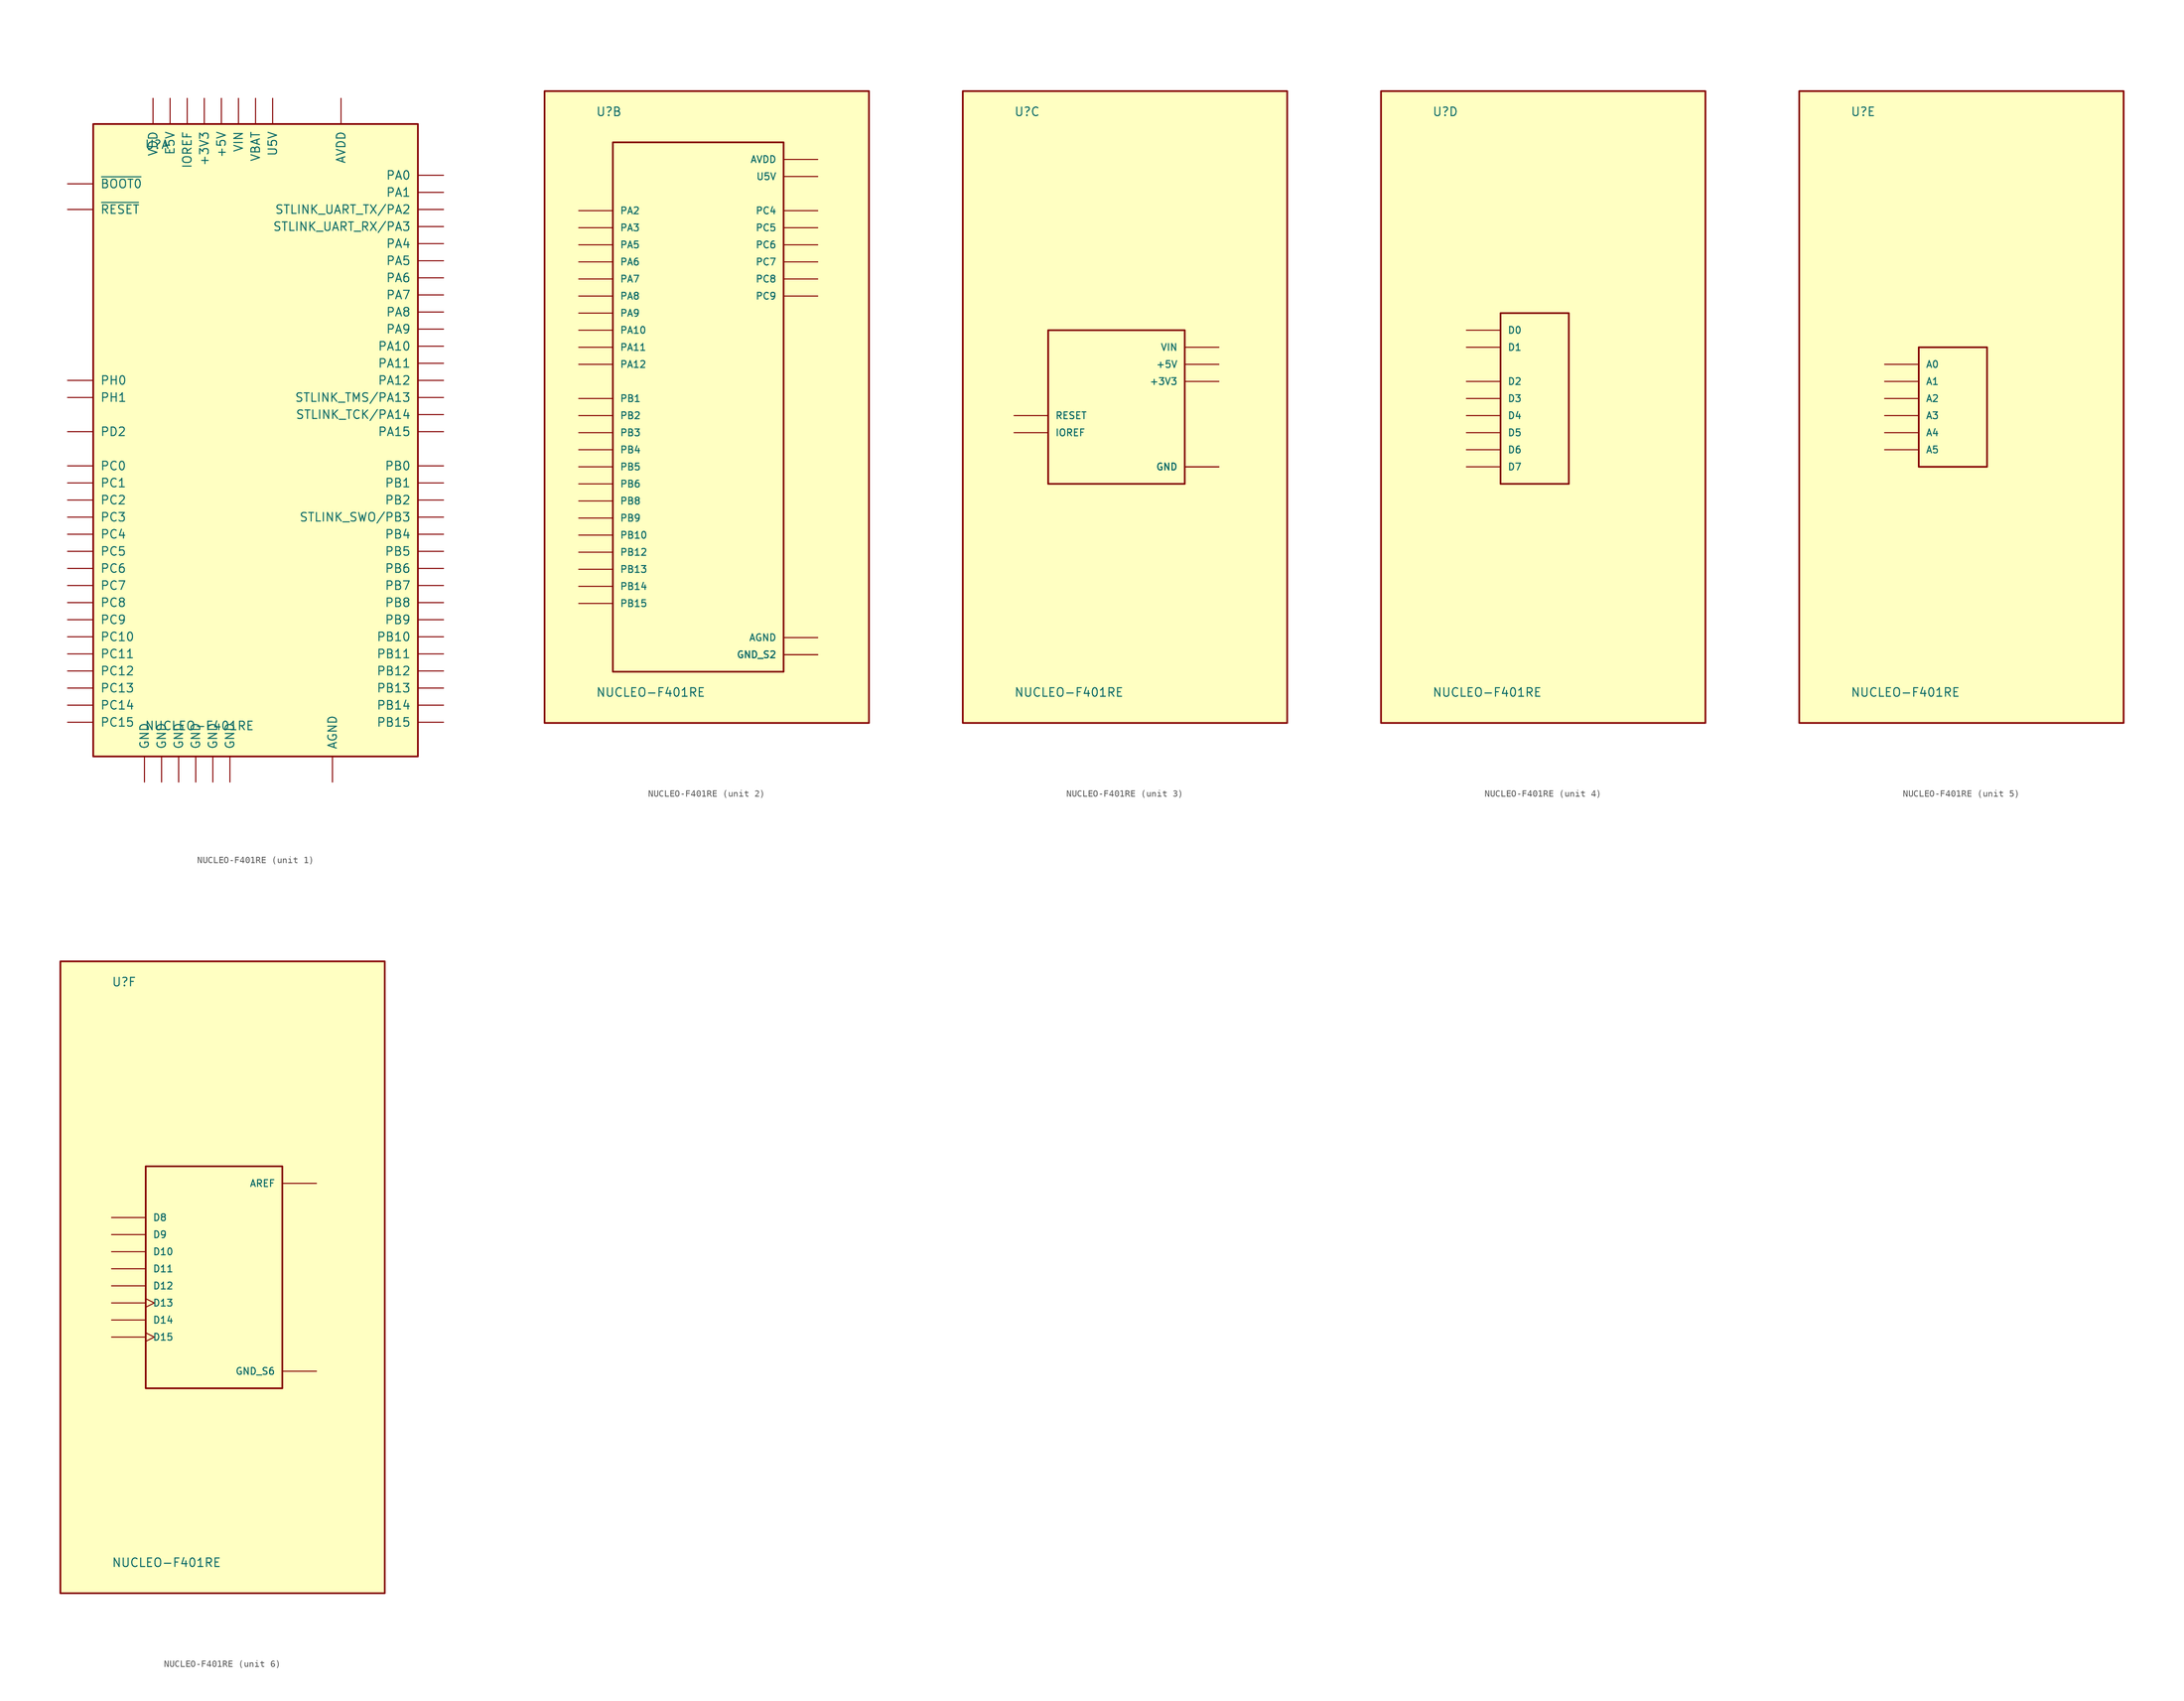
<source format=kicad_sym>
(kicad_symbol_lib
  (version 20211014)
  (generator kicad_symbol_editor)
  (symbol "NUCLEO-F401RE"
    (pin_numbers hide)
    (pin_names
      (offset 1.016))
    (property "Reference" "U"
      (at -15.24 41.91 0)
      (effects (font (size 1.27 1.27)) (justify left bottom)))
    (property "Value" "NUCLEO-F401RE"
      (at -15.24 -44.45 0)
      (effects (font (size 1.27 1.27)) (justify left bottom)))
    (property "ki_locked" ""
      (at 0 0 0)
      (effects (font (size 1.27 1.27))))
    (symbol "NUCLEO-F401RE_0_1"
      (rectangle (start -22.86 -48.26) (end 25.4 45.72) (stroke (width 0.254) (type default) (color 0 0 0 0)) (fill (type background))))
    (symbol "NUCLEO-F401RE_1_1"
      (pin bidirectional line (at -26.67 -30.48 0) (length 3.81) (name "PC10" (effects (font (size 1.27 1.27)))) (number "1" (effects (font (size 1.27 1.27)))))
      (pin no_connect line (at -26.67 17.78 0) (length 3.81) hide (name "NC" (effects (font (size 1.27 1.27)))) (number "10" (effects (font (size 1.27 1.27)))))
      (pin no_connect line (at -26.67 12.7 0) (length 3.81) hide (name "NC" (effects (font (size 1.27 1.27)))) (number "11" (effects (font (size 1.27 1.27)))))
      (pin power_in line (at -8.89 49.53 270) (length 3.81) (name "IOREF" (effects (font (size 1.27 1.27)))) (number "12" (effects (font (size 1.27 1.27)))))
      (pin bidirectional line (at 29.21 5.08 180) (length 3.81) (name "STLINK_TMS/PA13" (effects (font (size 1.27 1.27)))) (number "13" (effects (font (size 1.27 1.27)))))
      (pin input line (at -26.67 33.02 0) (length 3.81) (name "~{RESET}" (effects (font (size 1.27 1.27)))) (number "14" (effects (font (size 1.27 1.27)))))
      (pin bidirectional line (at 29.21 2.54 180) (length 3.81) (name "STLINK_TCK/PA14" (effects (font (size 1.27 1.27)))) (number "15" (effects (font (size 1.27 1.27)))))
      (pin power_in line (at -6.35 49.53 270) (length 3.81) (name "+3V3" (effects (font (size 1.27 1.27)))) (number "16" (effects (font (size 1.27 1.27)))))
      (pin bidirectional line (at 29.21 0 180) (length 3.81) (name "PA15" (effects (font (size 1.27 1.27)))) (number "17" (effects (font (size 1.27 1.27)))))
      (pin power_in line (at -3.81 49.53 270) (length 3.81) (name "+5V" (effects (font (size 1.27 1.27)))) (number "18" (effects (font (size 1.27 1.27)))))
      (pin power_in line (at -12.7 -52.07 90) (length 3.81) (name "GND" (effects (font (size 1.27 1.27)))) (number "19" (effects (font (size 1.27 1.27)))))
      (pin bidirectional line (at -26.67 -33.02 0) (length 3.81) (name "PC11" (effects (font (size 1.27 1.27)))) (number "2" (effects (font (size 1.27 1.27)))))
      (pin power_in line (at -10.16 -52.07 90) (length 3.81) (name "GND" (effects (font (size 1.27 1.27)))) (number "20" (effects (font (size 1.27 1.27)))))
      (pin bidirectional line (at 29.21 -22.86 180) (length 3.81) (name "PB7" (effects (font (size 1.27 1.27)))) (number "21" (effects (font (size 1.27 1.27)))))
      (pin power_in line (at -7.62 -52.07 90) (length 3.81) (name "GND" (effects (font (size 1.27 1.27)))) (number "22" (effects (font (size 1.27 1.27)))))
      (pin bidirectional line (at -26.67 -38.1 0) (length 3.81) (name "PC13" (effects (font (size 1.27 1.27)))) (number "23" (effects (font (size 1.27 1.27)))))
      (pin power_in line (at -1.27 49.53 270) (length 3.81) (name "VIN" (effects (font (size 1.27 1.27)))) (number "24" (effects (font (size 1.27 1.27)))))
      (pin bidirectional line (at -26.67 -40.64 0) (length 3.81) (name "PC14" (effects (font (size 1.27 1.27)))) (number "25" (effects (font (size 1.27 1.27)))))
      (pin no_connect line (at -26.67 20.32 0) (length 3.81) hide (name "NC" (effects (font (size 1.27 1.27)))) (number "26" (effects (font (size 1.27 1.27)))))
      (pin bidirectional line (at -26.67 -43.18 0) (length 3.81) (name "PC15" (effects (font (size 1.27 1.27)))) (number "27" (effects (font (size 1.27 1.27)))))
      (pin bidirectional line (at 29.21 38.1 180) (length 3.81) (name "PA0" (effects (font (size 1.27 1.27)))) (number "28" (effects (font (size 1.27 1.27)))))
      (pin bidirectional line (at -26.67 7.62 0) (length 3.81) (name "PH0" (effects (font (size 1.27 1.27)))) (number "29" (effects (font (size 1.27 1.27)))))
      (pin bidirectional line (at -26.67 -35.56 0) (length 3.81) (name "PC12" (effects (font (size 1.27 1.27)))) (number "3" (effects (font (size 1.27 1.27)))))
      (pin bidirectional line (at 29.21 35.56 180) (length 3.81) (name "PA1" (effects (font (size 1.27 1.27)))) (number "30" (effects (font (size 1.27 1.27)))))
      (pin bidirectional line (at -26.67 5.08 0) (length 3.81) (name "PH1" (effects (font (size 1.27 1.27)))) (number "31" (effects (font (size 1.27 1.27)))))
      (pin bidirectional line (at 29.21 27.94 180) (length 3.81) (name "PA4" (effects (font (size 1.27 1.27)))) (number "32" (effects (font (size 1.27 1.27)))))
      (pin power_in line (at 1.27 49.53 270) (length 3.81) (name "VBAT" (effects (font (size 1.27 1.27)))) (number "33" (effects (font (size 1.27 1.27)))))
      (pin bidirectional line (at 29.21 -5.08 180) (length 3.81) (name "PB0" (effects (font (size 1.27 1.27)))) (number "34" (effects (font (size 1.27 1.27)))))
      (pin bidirectional line (at -26.67 -10.16 0) (length 3.81) (name "PC2" (effects (font (size 1.27 1.27)))) (number "35" (effects (font (size 1.27 1.27)))))
      (pin bidirectional line (at -26.67 -7.62 0) (length 3.81) (name "PC1" (effects (font (size 1.27 1.27)))) (number "36" (effects (font (size 1.27 1.27)))))
      (pin bidirectional line (at -26.67 -12.7 0) (length 3.81) (name "PC3" (effects (font (size 1.27 1.27)))) (number "37" (effects (font (size 1.27 1.27)))))
      (pin bidirectional line (at -26.67 -5.08 0) (length 3.81) (name "PC0" (effects (font (size 1.27 1.27)))) (number "38" (effects (font (size 1.27 1.27)))))
      (pin bidirectional line (at -26.67 -27.94 0) (length 3.81) (name "PC9" (effects (font (size 1.27 1.27)))) (number "39" (effects (font (size 1.27 1.27)))))
      (pin bidirectional line (at -26.67 0 0) (length 3.81) (name "PD2" (effects (font (size 1.27 1.27)))) (number "4" (effects (font (size 1.27 1.27)))))
      (pin bidirectional line (at -26.67 -25.4 0) (length 3.81) (name "PC8" (effects (font (size 1.27 1.27)))) (number "40" (effects (font (size 1.27 1.27)))))
      (pin bidirectional line (at 29.21 -25.4 180) (length 3.81) (name "PB8" (effects (font (size 1.27 1.27)))) (number "41" (effects (font (size 1.27 1.27)))))
      (pin bidirectional line (at -26.67 -20.32 0) (length 3.81) (name "PC6" (effects (font (size 1.27 1.27)))) (number "42" (effects (font (size 1.27 1.27)))))
      (pin bidirectional line (at 29.21 -27.94 180) (length 3.81) (name "PB9" (effects (font (size 1.27 1.27)))) (number "43" (effects (font (size 1.27 1.27)))))
      (pin bidirectional line (at -26.67 -17.78 0) (length 3.81) (name "PC5" (effects (font (size 1.27 1.27)))) (number "44" (effects (font (size 1.27 1.27)))))
      (pin power_in line (at 13.97 49.53 270) (length 3.81) (name "AVDD" (effects (font (size 1.27 1.27)))) (number "45" (effects (font (size 1.27 1.27)))))
      (pin power_in line (at 3.81 49.53 270) (length 3.81) (name "U5V" (effects (font (size 1.27 1.27)))) (number "46" (effects (font (size 1.27 1.27)))))
      (pin power_in line (at -5.08 -52.07 90) (length 3.81) (name "GND" (effects (font (size 1.27 1.27)))) (number "47" (effects (font (size 1.27 1.27)))))
      (pin no_connect line (at -26.67 22.86 0) (length 3.81) hide (name "NC" (effects (font (size 1.27 1.27)))) (number "48" (effects (font (size 1.27 1.27)))))
      (pin bidirectional line (at 29.21 25.4 180) (length 3.81) (name "PA5" (effects (font (size 1.27 1.27)))) (number "49" (effects (font (size 1.27 1.27)))))
      (pin power_in line (at -13.97 49.53 270) (length 3.81) (name "VDD" (effects (font (size 1.27 1.27)))) (number "5" (effects (font (size 1.27 1.27)))))
      (pin bidirectional line (at 29.21 7.62 180) (length 3.81) (name "PA12" (effects (font (size 1.27 1.27)))) (number "50" (effects (font (size 1.27 1.27)))))
      (pin bidirectional line (at 29.21 22.86 180) (length 3.81) (name "PA6" (effects (font (size 1.27 1.27)))) (number "51" (effects (font (size 1.27 1.27)))))
      (pin bidirectional line (at 29.21 10.16 180) (length 3.81) (name "PA11" (effects (font (size 1.27 1.27)))) (number "52" (effects (font (size 1.27 1.27)))))
      (pin bidirectional line (at 29.21 20.32 180) (length 3.81) (name "PA7" (effects (font (size 1.27 1.27)))) (number "53" (effects (font (size 1.27 1.27)))))
      (pin bidirectional line (at 29.21 -35.56 180) (length 3.81) (name "PB12" (effects (font (size 1.27 1.27)))) (number "54" (effects (font (size 1.27 1.27)))))
      (pin bidirectional line (at 29.21 -20.32 180) (length 3.81) (name "PB6" (effects (font (size 1.27 1.27)))) (number "55" (effects (font (size 1.27 1.27)))))
      (pin bidirectional line (at 29.21 -33.02 180) (length 3.81) (name "PB11" (effects (font (size 1.27 1.27)))) (number "56" (effects (font (size 1.27 1.27)))))
      (pin bidirectional line (at -26.67 -22.86 0) (length 3.81) (name "PC7" (effects (font (size 1.27 1.27)))) (number "57" (effects (font (size 1.27 1.27)))))
      (pin power_in line (at -2.54 -52.07 90) (length 3.81) (name "GND" (effects (font (size 1.27 1.27)))) (number "58" (effects (font (size 1.27 1.27)))))
      (pin bidirectional line (at 29.21 15.24 180) (length 3.81) (name "PA9" (effects (font (size 1.27 1.27)))) (number "59" (effects (font (size 1.27 1.27)))))
      (pin power_in line (at -11.43 49.53 270) (length 3.81) (name "E5V" (effects (font (size 1.27 1.27)))) (number "6" (effects (font (size 1.27 1.27)))))
      (pin bidirectional line (at 29.21 -10.16 180) (length 3.81) (name "PB2" (effects (font (size 1.27 1.27)))) (number "60" (effects (font (size 1.27 1.27)))))
      (pin bidirectional line (at 29.21 17.78 180) (length 3.81) (name "PA8" (effects (font (size 1.27 1.27)))) (number "61" (effects (font (size 1.27 1.27)))))
      (pin bidirectional line (at 29.21 -7.62 180) (length 3.81) (name "PB1" (effects (font (size 1.27 1.27)))) (number "62" (effects (font (size 1.27 1.27)))))
      (pin bidirectional line (at 29.21 -30.48 180) (length 3.81) (name "PB10" (effects (font (size 1.27 1.27)))) (number "63" (effects (font (size 1.27 1.27)))))
      (pin bidirectional line (at 29.21 -43.18 180) (length 3.81) (name "PB15" (effects (font (size 1.27 1.27)))) (number "64" (effects (font (size 1.27 1.27)))))
      (pin bidirectional line (at 29.21 -15.24 180) (length 3.81) (name "PB4" (effects (font (size 1.27 1.27)))) (number "65" (effects (font (size 1.27 1.27)))))
      (pin bidirectional line (at 29.21 -40.64 180) (length 3.81) (name "PB14" (effects (font (size 1.27 1.27)))) (number "66" (effects (font (size 1.27 1.27)))))
      (pin bidirectional line (at 29.21 -17.78 180) (length 3.81) (name "PB5" (effects (font (size 1.27 1.27)))) (number "67" (effects (font (size 1.27 1.27)))))
      (pin bidirectional line (at 29.21 -38.1 180) (length 3.81) (name "PB13" (effects (font (size 1.27 1.27)))) (number "68" (effects (font (size 1.27 1.27)))))
      (pin bidirectional line (at 29.21 -12.7 180) (length 3.81) (name "STLINK_SWO/PB3" (effects (font (size 1.27 1.27)))) (number "69" (effects (font (size 1.27 1.27)))))
      (pin input line (at -26.67 36.83 0) (length 3.81) (name "~{BOOT0}" (effects (font (size 1.27 1.27)))) (number "7" (effects (font (size 1.27 1.27)))))
      (pin power_in line (at 12.7 -52.07 90) (length 3.81) (name "AGND" (effects (font (size 1.27 1.27)))) (number "70" (effects (font (size 1.27 1.27)))))
      (pin bidirectional line (at 29.21 12.7 180) (length 3.81) (name "PA10" (effects (font (size 1.27 1.27)))) (number "71" (effects (font (size 1.27 1.27)))))
      (pin bidirectional line (at -26.67 -15.24 0) (length 3.81) (name "PC4" (effects (font (size 1.27 1.27)))) (number "72" (effects (font (size 1.27 1.27)))))
      (pin bidirectional line (at 29.21 33.02 180) (length 3.81) (name "STLINK_UART_TX/PA2" (effects (font (size 1.27 1.27)))) (number "73" (effects (font (size 1.27 1.27)))))
      (pin no_connect line (at -26.67 27.94 0) (length 3.81) hide (name "NC" (effects (font (size 1.27 1.27)))) (number "74" (effects (font (size 1.27 1.27)))))
      (pin bidirectional line (at 29.21 30.48 180) (length 3.81) (name "STLINK_UART_RX/PA3" (effects (font (size 1.27 1.27)))) (number "75" (effects (font (size 1.27 1.27)))))
      (pin no_connect line (at -26.67 25.4 0) (length 3.81) hide (name "NC" (effects (font (size 1.27 1.27)))) (number "76" (effects (font (size 1.27 1.27)))))
      (pin power_in line (at -15.24 -52.07 90) (length 3.81) (name "GND" (effects (font (size 1.27 1.27)))) (number "8" (effects (font (size 1.27 1.27)))))
      (pin no_connect line (at -26.67 15.24 0) (length 3.81) hide (name "NC" (effects (font (size 1.27 1.27)))) (number "9" (effects (font (size 1.27 1.27))))))
    (symbol "NUCLEO-F401RE_2_0"
      (rectangle (start -12.7 -40.64) (end 12.7 38.1) (stroke (width 0.254) (type default) (color 0 0 0 0)) (fill (type background)))
      (pin bidirectional line (at 17.78 15.24 180) (length 5.08) (name "PC9" (effects (font (size 1.016 1.016)))) (number "CN10_1" (effects (font (size 1.016 1.016)))))
      (pin bidirectional line (at -17.78 22.86 0) (length 5.08) (name "PA5" (effects (font (size 1.016 1.016)))) (number "CN10_11" (effects (font (size 1.016 1.016)))))
      (pin bidirectional line (at -17.78 5.08 0) (length 5.08) (name "PA12" (effects (font (size 1.016 1.016)))) (number "CN10_12" (effects (font (size 1.016 1.016)))))
      (pin bidirectional line (at -17.78 20.32 0) (length 5.08) (name "PA6" (effects (font (size 1.016 1.016)))) (number "CN10_13" (effects (font (size 1.016 1.016)))))
      (pin bidirectional line (at -17.78 7.62 0) (length 5.08) (name "PA11" (effects (font (size 1.016 1.016)))) (number "CN10_14" (effects (font (size 1.016 1.016)))))
      (pin bidirectional line (at -17.78 17.78 0) (length 5.08) (name "PA7" (effects (font (size 1.016 1.016)))) (number "CN10_15" (effects (font (size 1.016 1.016)))))
      (pin bidirectional line (at -17.78 -22.86 0) (length 5.08) (name "PB12" (effects (font (size 1.016 1.016)))) (number "CN10_16" (effects (font (size 1.016 1.016)))))
      (pin bidirectional line (at -17.78 -12.7 0) (length 5.08) (name "PB6" (effects (font (size 1.016 1.016)))) (number "CN10_17" (effects (font (size 1.016 1.016)))))
      (pin bidirectional line (at 17.78 20.32 180) (length 5.08) (name "PC7" (effects (font (size 1.016 1.016)))) (number "CN10_19" (effects (font (size 1.016 1.016)))))
      (pin bidirectional line (at 17.78 17.78 180) (length 5.08) (name "PC8" (effects (font (size 1.016 1.016)))) (number "CN10_2" (effects (font (size 1.016 1.016)))))
      (pin power_in line (at 17.78 -38.1 180) (length 5.08) (name "GND_S2" (effects (font (size 1.016 1.016)))) (number "CN10_20" (effects (font (size 1.016 1.016)))))
      (pin bidirectional line (at -17.78 12.7 0) (length 5.08) (name "PA9" (effects (font (size 1.016 1.016)))) (number "CN10_21" (effects (font (size 1.016 1.016)))))
      (pin bidirectional line (at -17.78 -2.54 0) (length 5.08) (name "PB2" (effects (font (size 1.016 1.016)))) (number "CN10_22" (effects (font (size 1.016 1.016)))))
      (pin bidirectional line (at -17.78 15.24 0) (length 5.08) (name "PA8" (effects (font (size 1.016 1.016)))) (number "CN10_23" (effects (font (size 1.016 1.016)))))
      (pin bidirectional line (at -17.78 0 0) (length 5.08) (name "PB1" (effects (font (size 1.016 1.016)))) (number "CN10_24" (effects (font (size 1.016 1.016)))))
      (pin bidirectional line (at -17.78 -20.32 0) (length 5.08) (name "PB10" (effects (font (size 1.016 1.016)))) (number "CN10_25" (effects (font (size 1.016 1.016)))))
      (pin bidirectional line (at -17.78 -30.48 0) (length 5.08) (name "PB15" (effects (font (size 1.016 1.016)))) (number "CN10_26" (effects (font (size 1.016 1.016)))))
      (pin bidirectional line (at -17.78 -7.62 0) (length 5.08) (name "PB4" (effects (font (size 1.016 1.016)))) (number "CN10_27" (effects (font (size 1.016 1.016)))))
      (pin bidirectional line (at -17.78 -27.94 0) (length 5.08) (name "PB14" (effects (font (size 1.016 1.016)))) (number "CN10_28" (effects (font (size 1.016 1.016)))))
      (pin bidirectional line (at -17.78 -10.16 0) (length 5.08) (name "PB5" (effects (font (size 1.016 1.016)))) (number "CN10_29" (effects (font (size 1.016 1.016)))))
      (pin bidirectional line (at -17.78 -15.24 0) (length 5.08) (name "PB8" (effects (font (size 1.016 1.016)))) (number "CN10_3" (effects (font (size 1.016 1.016)))))
      (pin bidirectional line (at -17.78 -25.4 0) (length 5.08) (name "PB13" (effects (font (size 1.016 1.016)))) (number "CN10_30" (effects (font (size 1.016 1.016)))))
      (pin bidirectional line (at -17.78 -5.08 0) (length 5.08) (name "PB3" (effects (font (size 1.016 1.016)))) (number "CN10_31" (effects (font (size 1.016 1.016)))))
      (pin power_in line (at 17.78 -35.56 180) (length 5.08) (name "AGND" (effects (font (size 1.016 1.016)))) (number "CN10_32" (effects (font (size 1.016 1.016)))))
      (pin bidirectional line (at -17.78 10.16 0) (length 5.08) (name "PA10" (effects (font (size 1.016 1.016)))) (number "CN10_33" (effects (font (size 1.016 1.016)))))
      (pin bidirectional line (at 17.78 27.94 180) (length 5.08) (name "PC4" (effects (font (size 1.016 1.016)))) (number "CN10_34" (effects (font (size 1.016 1.016)))))
      (pin bidirectional line (at -17.78 27.94 0) (length 5.08) (name "PA2" (effects (font (size 1.016 1.016)))) (number "CN10_35" (effects (font (size 1.016 1.016)))))
      (pin bidirectional line (at -17.78 25.4 0) (length 5.08) (name "PA3" (effects (font (size 1.016 1.016)))) (number "CN10_37" (effects (font (size 1.016 1.016)))))
      (pin bidirectional line (at 17.78 22.86 180) (length 5.08) (name "PC6" (effects (font (size 1.016 1.016)))) (number "CN10_4" (effects (font (size 1.016 1.016)))))
      (pin bidirectional line (at -17.78 -17.78 0) (length 5.08) (name "PB9" (effects (font (size 1.016 1.016)))) (number "CN10_5" (effects (font (size 1.016 1.016)))))
      (pin bidirectional line (at 17.78 25.4 180) (length 5.08) (name "PC5" (effects (font (size 1.016 1.016)))) (number "CN10_6" (effects (font (size 1.016 1.016)))))
      (pin power_in line (at 17.78 35.56 180) (length 5.08) (name "AVDD" (effects (font (size 1.016 1.016)))) (number "CN10_7" (effects (font (size 1.016 1.016)))))
      (pin power_in line (at 17.78 33.02 180) (length 5.08) (name "U5V" (effects (font (size 1.016 1.016)))) (number "CN10_8" (effects (font (size 1.016 1.016)))))
      (pin power_in line (at 17.78 -38.1 180) (length 5.08) (name "GND_S2" (effects (font (size 1.016 1.016)))) (number "CN10_9" (effects (font (size 1.016 1.016))))))
    (symbol "NUCLEO-F401RE_3_0"
      (rectangle (start -10.16 -12.7) (end 10.16 10.16) (stroke (width 0.254) (type default) (color 0 0 0 0)) (fill (type background)))
      (pin bidirectional line (at -15.24 -5.08 0) (length 5.08) (name "IOREF" (effects (font (size 1.016 1.016)))) (number "CN6_2" (effects (font (size 1.016 1.016)))))
      (pin bidirectional line (at -15.24 -2.54 0) (length 5.08) (name "RESET" (effects (font (size 1.016 1.016)))) (number "CN6_3" (effects (font (size 1.016 1.016)))))
      (pin power_in line (at 15.24 2.54 180) (length 5.08) (name "+3V3" (effects (font (size 1.016 1.016)))) (number "CN6_4" (effects (font (size 1.016 1.016)))))
      (pin power_in line (at 15.24 5.08 180) (length 5.08) (name "+5V" (effects (font (size 1.016 1.016)))) (number "CN6_5" (effects (font (size 1.016 1.016)))))
      (pin power_in line (at 15.24 -10.16 180) (length 5.08) (name "GND" (effects (font (size 1.016 1.016)))) (number "CN6_6" (effects (font (size 1.016 1.016)))))
      (pin power_in line (at 15.24 -10.16 180) (length 5.08) (name "GND" (effects (font (size 1.016 1.016)))) (number "CN6_7" (effects (font (size 1.016 1.016)))))
      (pin power_in line (at 15.24 7.62 180) (length 5.08) (name "VIN" (effects (font (size 1.016 1.016)))) (number "CN6_8" (effects (font (size 1.016 1.016))))))
    (symbol "NUCLEO-F401RE_4_0"
      (rectangle (start -5.08 -12.7) (end 5.08 12.7) (stroke (width 0.254) (type default) (color 0 0 0 0)) (fill (type background)))
      (pin input line (at -10.16 10.16 0) (length 5.08) (name "D0" (effects (font (size 1.016 1.016)))) (number "CN9_1" (effects (font (size 1.016 1.016)))))
      (pin output line (at -10.16 7.62 0) (length 5.08) (name "D1" (effects (font (size 1.016 1.016)))) (number "CN9_2" (effects (font (size 1.016 1.016)))))
      (pin bidirectional line (at -10.16 2.54 0) (length 5.08) (name "D2" (effects (font (size 1.016 1.016)))) (number "CN9_3" (effects (font (size 1.016 1.016)))))
      (pin bidirectional line (at -10.16 0 0) (length 5.08) (name "D3" (effects (font (size 1.016 1.016)))) (number "CN9_4" (effects (font (size 1.016 1.016)))))
      (pin bidirectional line (at -10.16 -2.54 0) (length 5.08) (name "D4" (effects (font (size 1.016 1.016)))) (number "CN9_5" (effects (font (size 1.016 1.016)))))
      (pin bidirectional line (at -10.16 -5.08 0) (length 5.08) (name "D5" (effects (font (size 1.016 1.016)))) (number "CN9_6" (effects (font (size 1.016 1.016)))))
      (pin bidirectional line (at -10.16 -7.62 0) (length 5.08) (name "D6" (effects (font (size 1.016 1.016)))) (number "CN9_7" (effects (font (size 1.016 1.016)))))
      (pin bidirectional line (at -10.16 -10.16 0) (length 5.08) (name "D7" (effects (font (size 1.016 1.016)))) (number "CN9_8" (effects (font (size 1.016 1.016))))))
    (symbol "NUCLEO-F401RE_5_0"
      (rectangle (start -5.08 -10.16) (end 5.08 7.62) (stroke (width 0.254) (type default) (color 0 0 0 0)) (fill (type background)))
      (pin input line (at -10.16 5.08 0) (length 5.08) (name "A0" (effects (font (size 1.016 1.016)))) (number "CN8_1" (effects (font (size 1.016 1.016)))))
      (pin input line (at -10.16 2.54 0) (length 5.08) (name "A1" (effects (font (size 1.016 1.016)))) (number "CN8_2" (effects (font (size 1.016 1.016)))))
      (pin input line (at -10.16 0 0) (length 5.08) (name "A2" (effects (font (size 1.016 1.016)))) (number "CN8_3" (effects (font (size 1.016 1.016)))))
      (pin input line (at -10.16 -2.54 0) (length 5.08) (name "A3" (effects (font (size 1.016 1.016)))) (number "CN8_4" (effects (font (size 1.016 1.016)))))
      (pin input line (at -10.16 -5.08 0) (length 5.08) (name "A4" (effects (font (size 1.016 1.016)))) (number "CN8_5" (effects (font (size 1.016 1.016)))))
      (pin input line (at -10.16 -7.62 0) (length 5.08) (name "A5" (effects (font (size 1.016 1.016)))) (number "CN8_6" (effects (font (size 1.016 1.016))))))
    (symbol "NUCLEO-F401RE_6_0"
      (rectangle (start -10.16 -17.78) (end 10.16 15.24) (stroke (width 0.254) (type default) (color 0 0 0 0)) (fill (type background)))
      (pin bidirectional line (at -15.24 7.62 0) (length 5.08) (name "D8" (effects (font (size 1.016 1.016)))) (number "CN5_1" (effects (font (size 1.016 1.016)))))
      (pin bidirectional clock (at -15.24 -10.16 0) (length 5.08) (name "D15" (effects (font (size 1.016 1.016)))) (number "CN5_10" (effects (font (size 1.016 1.016)))))
      (pin bidirectional line (at -15.24 5.08 0) (length 5.08) (name "D9" (effects (font (size 1.016 1.016)))) (number "CN5_2" (effects (font (size 1.016 1.016)))))
      (pin bidirectional line (at -15.24 2.54 0) (length 5.08) (name "D10" (effects (font (size 1.016 1.016)))) (number "CN5_3" (effects (font (size 1.016 1.016)))))
      (pin bidirectional line (at -15.24 0 0) (length 5.08) (name "D11" (effects (font (size 1.016 1.016)))) (number "CN5_4" (effects (font (size 1.016 1.016)))))
      (pin bidirectional line (at -15.24 -2.54 0) (length 5.08) (name "D12" (effects (font (size 1.016 1.016)))) (number "CN5_5" (effects (font (size 1.016 1.016)))))
      (pin bidirectional clock (at -15.24 -5.08 0) (length 5.08) (name "D13" (effects (font (size 1.016 1.016)))) (number "CN5_6" (effects (font (size 1.016 1.016)))))
      (pin power_in line (at 15.24 -15.24 180) (length 5.08) (name "GND_S6" (effects (font (size 1.016 1.016)))) (number "CN5_7" (effects (font (size 1.016 1.016)))))
      (pin power_in line (at 15.24 12.7 180) (length 5.08) (name "AREF" (effects (font (size 1.016 1.016)))) (number "CN5_8" (effects (font (size 1.016 1.016)))))
      (pin bidirectional line (at -15.24 -7.62 0) (length 5.08) (name "D14" (effects (font (size 1.016 1.016)))) (number "CN5_9" (effects (font (size 1.016 1.016))))))))
</source>
